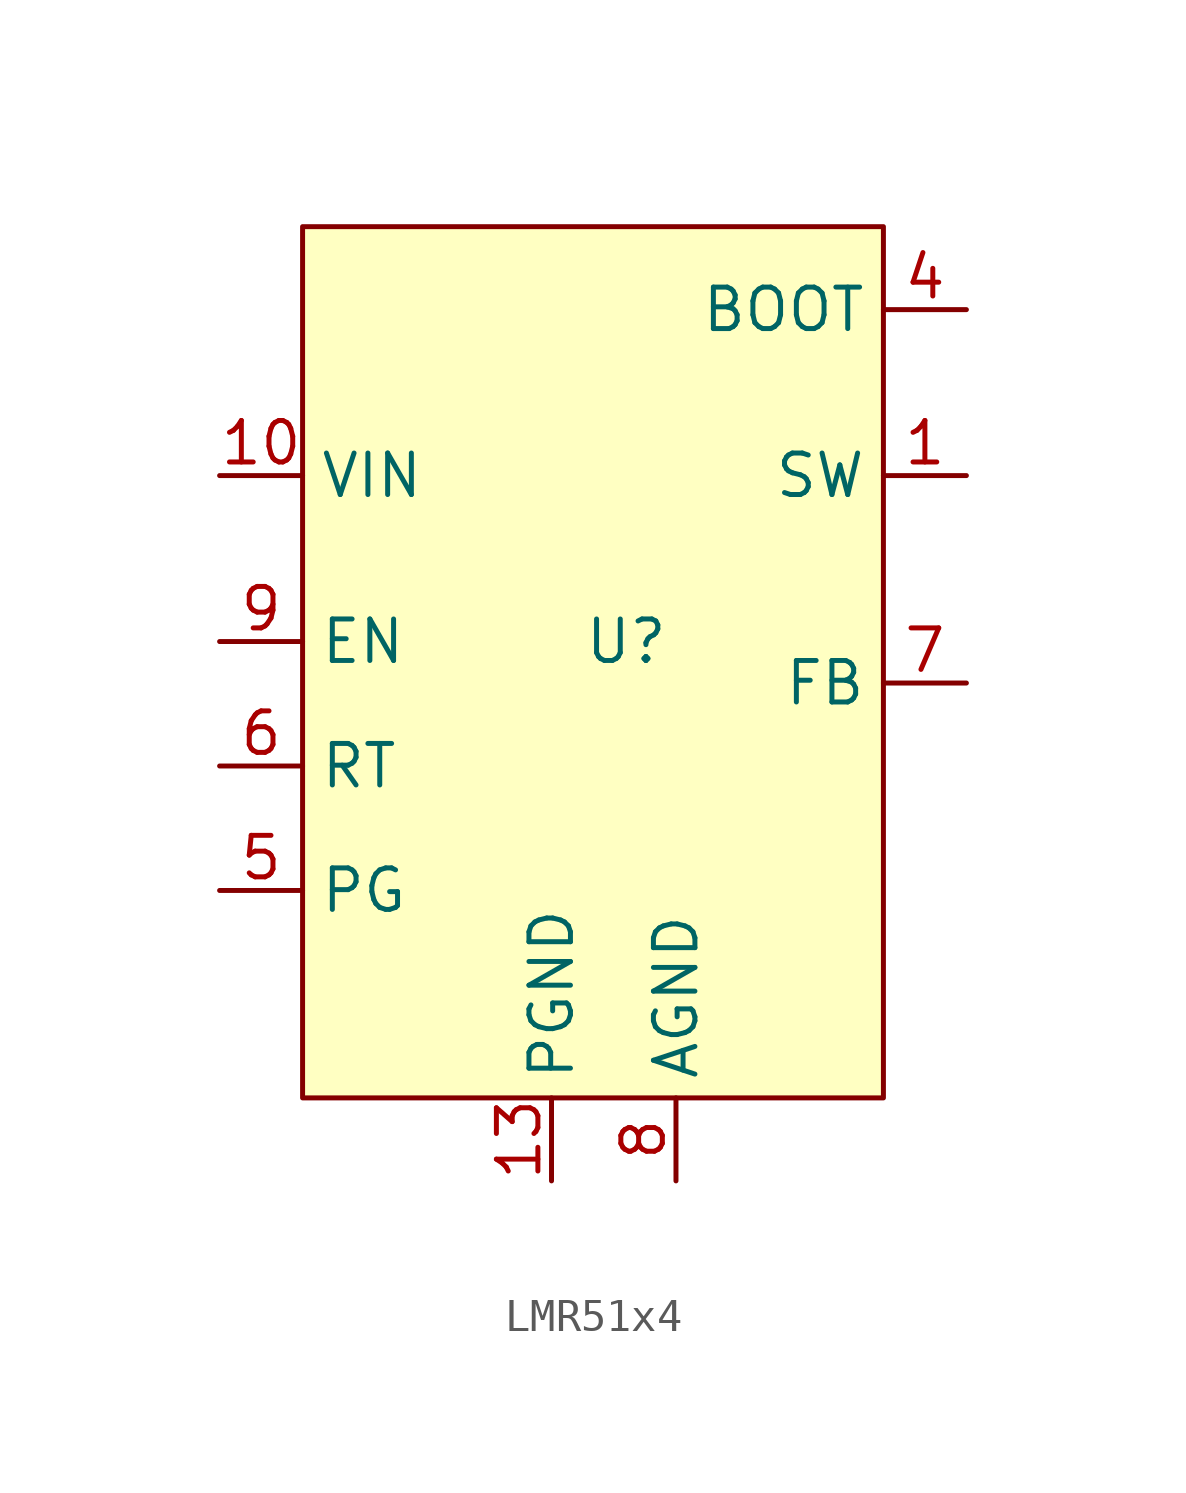
<source format=kicad_sym>
(kicad_symbol_lib
  (version 20231120)
  (generator "kicad_symbol_editor")
  (generator_version "8.0")
  (symbol "LMR51x4"
    (property "Reference" "U"
      (at 1.016 0 0)
      (effects (font (size 1.27 1.27))))
    (property "Value" ""
      (at 6.35 -11.43 0)
      (effects (font (size 1.27 1.27))))
    (symbol "LMR51x4_1_1"
      (rectangle (start -8.89 12.7) (end 8.89 -13.97) (stroke (width 0) (type default)) (fill (type background)))
      (pin power_out line (at 11.43 5.08 180) (length 2.54) (name "SW" (effects (font (size 1.27 1.27)))) (number "1" (effects (font (size 1.27 1.27)))))
      (pin power_in line (at -11.43 5.08 0) (length 2.54) (name "VIN" (effects (font (size 1.27 1.27)))) (number "10" (effects (font (size 1.27 1.27)))))
      (pin power_in line (at -11.43 5.08 0) (length 2.54) hide (name "VIN" (effects (font (size 1.27 1.27)))) (number "11" (effects (font (size 1.27 1.27)))))
      (pin power_in line (at -11.43 5.08 0) (length 2.54) hide (name "VIN" (effects (font (size 1.27 1.27)))) (number "12" (effects (font (size 1.27 1.27)))))
      (pin power_in line (at -1.27 -16.51 90) (length 2.54) (name "PGND" (effects (font (size 1.27 1.27)))) (number "13" (effects (font (size 1.27 1.27)))))
      (pin power_out line (at 11.43 5.08 180) (length 2.54) hide (name "SW" (effects (font (size 1.27 1.27)))) (number "2" (effects (font (size 1.27 1.27)))))
      (pin power_out line (at 11.43 5.08 180) (length 2.54) hide (name "SW" (effects (font (size 1.27 1.27)))) (number "3" (effects (font (size 1.27 1.27)))))
      (pin passive line (at 11.43 10.16 180) (length 2.54) (name "BOOT" (effects (font (size 1.27 1.27)))) (number "4" (effects (font (size 1.27 1.27)))))
      (pin output line (at -11.43 -7.62 0) (length 2.54) (name "PG" (effects (font (size 1.27 1.27)))) (number "5" (effects (font (size 1.27 1.27)))))
      (pin passive line (at -11.43 -3.81 0) (length 2.54) (name "RT" (effects (font (size 1.27 1.27)))) (number "6" (effects (font (size 1.27 1.27)))))
      (pin input line (at 11.43 -1.27 180) (length 2.54) (name "FB" (effects (font (size 1.27 1.27)))) (number "7" (effects (font (size 1.27 1.27)))))
      (pin power_in line (at 2.54 -16.51 90) (length 2.54) (name "AGND" (effects (font (size 1.27 1.27)))) (number "8" (effects (font (size 1.27 1.27)))))
      (pin input line (at -11.43 0 0) (length 2.54) (name "EN" (effects (font (size 1.27 1.27)))) (number "9" (effects (font (size 1.27 1.27))))))))
</source>
